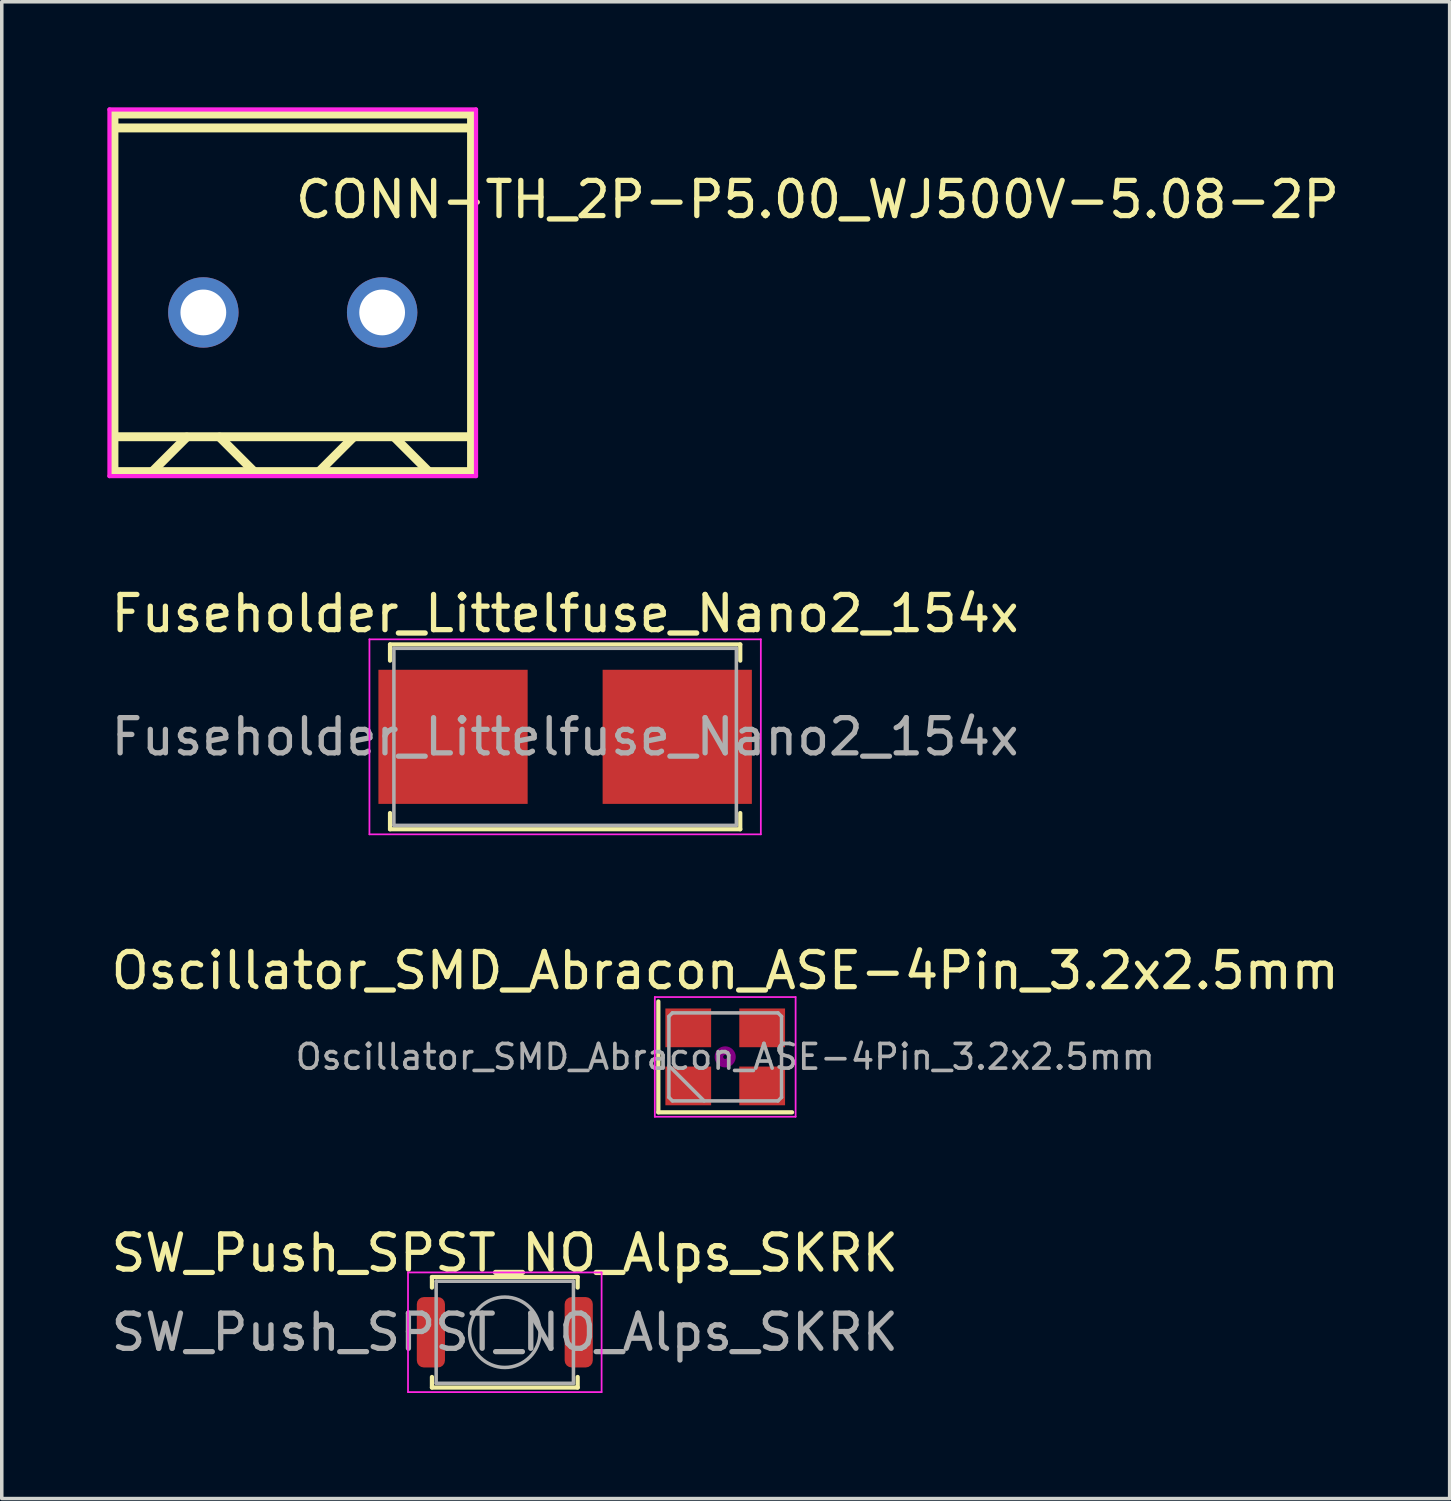
<source format=kicad_pcb>
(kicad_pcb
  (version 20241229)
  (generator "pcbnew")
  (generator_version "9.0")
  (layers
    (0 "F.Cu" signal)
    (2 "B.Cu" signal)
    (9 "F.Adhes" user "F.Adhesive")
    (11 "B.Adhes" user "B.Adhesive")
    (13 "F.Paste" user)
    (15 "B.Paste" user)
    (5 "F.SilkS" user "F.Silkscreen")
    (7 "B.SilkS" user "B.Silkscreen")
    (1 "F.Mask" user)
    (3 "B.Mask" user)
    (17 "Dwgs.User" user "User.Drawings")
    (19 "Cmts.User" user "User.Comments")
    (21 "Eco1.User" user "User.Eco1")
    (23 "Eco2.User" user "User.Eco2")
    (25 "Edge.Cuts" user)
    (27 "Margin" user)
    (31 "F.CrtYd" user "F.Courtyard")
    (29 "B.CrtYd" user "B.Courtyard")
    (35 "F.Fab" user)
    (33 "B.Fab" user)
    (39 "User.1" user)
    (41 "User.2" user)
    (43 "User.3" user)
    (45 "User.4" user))
  (footprint "SW_Push_SPST_NO_Alps_SKRK"
    (layer "F.Cu")
    (at 11.292 34.801)
    (property "Reference" "SW_Push_SPST_NO_Alps_SKRK" (at 0 -2.25 0) (layer "F.SilkS") (effects (font (size 1 1) (thickness 0.15))))
    (attr smd)
    (fp_line (start -2.07 -1.57) (end 2.07 -1.57) (stroke (width 0.12) (type solid)) (layer "F.SilkS"))
    (fp_line (start -2.07 -1.27) (end -2.07 -1.57) (stroke (width 0.12) (type solid)) (layer "F.SilkS"))
    (fp_line (start -2.07 1.57) (end -2.07 1.27) (stroke (width 0.12) (type solid)) (layer "F.SilkS"))
    (fp_line (start 2.07 -1.57) (end 2.07 -1.27) (stroke (width 0.12) (type solid)) (layer "F.SilkS"))
    (fp_line (start 2.07 1.27) (end 2.07 1.57) (stroke (width 0.12) (type solid)) (layer "F.SilkS"))
    (fp_line (start 2.07 1.57) (end -2.07 1.57) (stroke (width 0.12) (type solid)) (layer "F.SilkS"))
    (fp_line (start -2.75 -1.7) (end 2.75 -1.7) (stroke (width 0.05) (type solid)) (layer "F.CrtYd"))
    (fp_line (start -2.75 1.7) (end -2.75 -1.7) (stroke (width 0.05) (type solid)) (layer "F.CrtYd"))
    (fp_line (start 2.75 -1.7) (end 2.75 1.7) (stroke (width 0.05) (type solid)) (layer "F.CrtYd"))
    (fp_line (start 2.75 1.7) (end -2.75 1.7) (stroke (width 0.05) (type solid)) (layer "F.CrtYd"))
    (fp_line (start -1.95 -1.45) (end 1.95 -1.45) (stroke (width 0.1) (type solid)) (layer "F.Fab"))
    (fp_line (start -1.95 1.45) (end -1.95 -1.45) (stroke (width 0.1) (type solid)) (layer "F.Fab"))
    (fp_line (start 1.95 -1.45) (end 1.95 1.45) (stroke (width 0.1) (type solid)) (layer "F.Fab"))
    (fp_line (start 1.95 1.45) (end -1.95 1.45) (stroke (width 0.1) (type solid)) (layer "F.Fab"))
    (fp_circle (center 0 0) (end 1 0) (stroke (width 0.1) (type solid)) (fill no) (layer "F.Fab"))
    (fp_text user "${REFERENCE}" (at 0 0 0) (layer "F.Fab") (effects (font (size 1 1) (thickness 0.15))))
    (pad "1" smd roundrect (at -2.1 0) (size 0.8 2) (layers "F.Cu" "F.Mask" "F.Paste") (roundrect_rratio 0.25))
    (pad "2" smd roundrect (at 2.1 0) (size 0.8 2) (layers "F.Cu" "F.Mask" "F.Paste") (roundrect_rratio 0.25)))
  (footprint "Oscillator_SMD_Abracon_ASE-4Pin_3.2x2.5mm"
    (layer "F.Cu")
    (at 17.554 26.977)
    (property "Reference" "Oscillator_SMD_Abracon_ASE-4Pin_3.2x2.5mm" (at 0 -2.45 0) (layer "F.SilkS") (effects (font (size 1 1) (thickness 0.15))))
    (attr smd)
    (fp_line (start -1.9 -1.575) (end -1.9 1.575) (stroke (width 0.12) (type solid)) (layer "F.SilkS"))
    (fp_line (start -1.9 1.575) (end 1.9 1.575) (stroke (width 0.12) (type solid)) (layer "F.SilkS"))
    (fp_circle (center 0 0) (end 0.058 0) (stroke (width 0.117) (type solid)) (fill no) (layer "F.Adhes"))
    (fp_circle (center 0 0) (end 0.133 0) (stroke (width 0.083) (type solid)) (fill no) (layer "F.Adhes"))
    (fp_circle (center 0 0) (end 0.208 0) (stroke (width 0.083) (type solid)) (fill no) (layer "F.Adhes"))
    (fp_circle (center 0 0) (end 0.25 0) (stroke (width 0.1) (type solid)) (fill no) (layer "F.Adhes"))
    (fp_line (start -2 -1.7) (end -2 1.7) (stroke (width 0.05) (type solid)) (layer "F.CrtYd"))
    (fp_line (start -2 1.7) (end 2 1.7) (stroke (width 0.05) (type solid)) (layer "F.CrtYd"))
    (fp_line (start 2 -1.7) (end -2 -1.7) (stroke (width 0.05) (type solid)) (layer "F.CrtYd"))
    (fp_line (start 2 1.7) (end 2 -1.7) (stroke (width 0.05) (type solid)) (layer "F.CrtYd"))
    (fp_line (start -1.6 -1.15) (end -1.5 -1.25) (stroke (width 0.1) (type solid)) (layer "F.Fab"))
    (fp_line (start -1.6 0.25) (end -0.6 1.25) (stroke (width 0.1) (type solid)) (layer "F.Fab"))
    (fp_line (start -1.6 1.15) (end -1.6 -1.15) (stroke (width 0.1) (type solid)) (layer "F.Fab"))
    (fp_line (start -1.5 -1.25) (end 1.5 -1.25) (stroke (width 0.1) (type solid)) (layer "F.Fab"))
    (fp_line (start -1.5 1.25) (end -1.6 1.15) (stroke (width 0.1) (type solid)) (layer "F.Fab"))
    (fp_line (start 1.5 -1.25) (end 1.6 -1.15) (stroke (width 0.1) (type solid)) (layer "F.Fab"))
    (fp_line (start 1.5 1.25) (end -1.5 1.25) (stroke (width 0.1) (type solid)) (layer "F.Fab"))
    (fp_line (start 1.6 -1.15) (end 1.6 1.15) (stroke (width 0.1) (type solid)) (layer "F.Fab"))
    (fp_line (start 1.6 1.15) (end 1.5 1.25) (stroke (width 0.1) (type solid)) (layer "F.Fab"))
    (fp_text user "${REFERENCE}" (at 0 0 0) (layer "F.Fab") (effects (font (size 0.7 0.7) (thickness 0.105))))
    (pad "1" smd rect (at -1.05 0.825) (size 1.3 1.1) (layers "F.Cu" "F.Mask" "F.Paste"))
    (pad "2" smd rect (at 1.05 0.825) (size 1.3 1.1) (layers "F.Cu" "F.Mask" "F.Paste"))
    (pad "3" smd rect (at 1.05 -0.825) (size 1.3 1.1) (layers "F.Cu" "F.Mask" "F.Paste"))
    (pad "4" smd rect (at -1.05 -0.825) (size 1.3 1.1) (layers "F.Cu" "F.Mask" "F.Paste")))
  (footprint "Fuseholder_Littelfuse_Nano2_154x"
    (layer "F.Cu")
    (at 13.006 17.884)
    (property "Reference" "Fuseholder_Littelfuse_Nano2_154x" (at 0 -3.5 0) (unlocked yes) (layer "F.SilkS") (effects (font (size 1 1) (thickness 0.15))))
    (attr smd)
    (fp_line (start -4.975 -2.625) (end -4.975 -2.165) (stroke (width 0.12) (type solid)) (layer "F.SilkS"))
    (fp_line (start -4.975 -2.625) (end 4.975 -2.625) (stroke (width 0.12) (type solid)) (layer "F.SilkS"))
    (fp_line (start -4.975 2.165) (end -4.975 2.625) (stroke (width 0.12) (type solid)) (layer "F.SilkS"))
    (fp_line (start -4.975 2.625) (end 4.975 2.625) (stroke (width 0.12) (type solid)) (layer "F.SilkS"))
    (fp_line (start 4.975 -2.625) (end 4.975 -2.165) (stroke (width 0.12) (type solid)) (layer "F.SilkS"))
    (fp_line (start 4.975 2.625) (end 4.975 2.165) (stroke (width 0.12) (type solid)) (layer "F.SilkS"))
    (fp_line (start -5.56 -2.77) (end -5.56 2.77) (stroke (width 0.05) (type solid)) (layer "F.CrtYd"))
    (fp_line (start -5.56 -2.77) (end 5.56 -2.77) (stroke (width 0.05) (type solid)) (layer "F.CrtYd"))
    (fp_line (start -5.56 2.77) (end 5.56 2.77) (stroke (width 0.05) (type solid)) (layer "F.CrtYd"))
    (fp_line (start 5.56 -2.77) (end 5.56 2.77) (stroke (width 0.05) (type solid)) (layer "F.CrtYd"))
    (fp_line (start -4.865 -2.515) (end -4.865 2.515) (stroke (width 0.1) (type solid)) (layer "F.Fab"))
    (fp_line (start -4.865 -2.515) (end 4.865 -2.515) (stroke (width 0.1) (type solid)) (layer "F.Fab"))
    (fp_line (start -4.865 2.515) (end 4.865 2.515) (stroke (width 0.1) (type solid)) (layer "F.Fab"))
    (fp_line (start 4.865 2.515) (end 4.865 -2.515) (stroke (width 0.1) (type solid)) (layer "F.Fab"))
    (fp_text user "${REFERENCE}" (at 0 0 0) (layer "F.Fab") (effects (font (size 1 1) (thickness 0.15))))
    (pad "1" smd rect (at -3.185 0) (size 4.24 3.81) (layers "F.Cu" "F.Mask" "F.Paste"))
    (pad "2" smd rect (at 3.185 0) (size 4.24 3.81) (layers "F.Cu" "F.Mask" "F.Paste")))
  (footprint "CONN-TH_2P-P5.00_WJ500V-5.08-2P"
    (layer "F.Cu")
    (at 5.267 5.827)
    (property "Reference" "CONN-TH_2P-P5.00_WJ500V-5.08-2P" (at 0 -3.207 0) (layer "F.SilkS") (effects (font (size 1 1) (thickness 0.15)) (justify left)))
    (attr through_hole)
    (fp_line (start -5.08 4.52) (end -5.08 -5.64) (stroke (width 0.254) (type solid)) (layer "F.SilkS"))
    (fp_line (start -3.01 3.54) (end -3.97 4.5) (stroke (width 0.254) (type solid)) (layer "F.SilkS"))
    (fp_line (start -2.08 3.54) (end -1.12 4.5) (stroke (width 0.254) (type solid)) (layer "F.SilkS"))
    (fp_line (start 1.71 3.558) (end 0.75 4.518) (stroke (width 0.254) (type solid)) (layer "F.SilkS"))
    (fp_line (start 2.9 3.558) (end 3.86 4.518) (stroke (width 0.254) (type solid)) (layer "F.SilkS"))
    (fp_line (start 5.08 -5.638) (end -5.054 -5.638) (stroke (width 0.254) (type solid)) (layer "F.SilkS"))
    (fp_line (start 5.08 -5.243) (end -5.065 -5.243) (stroke (width 0.254) (type solid)) (layer "F.SilkS"))
    (fp_line (start 5.08 3.531) (end -5.036 3.531) (stroke (width 0.254) (type solid)) (layer "F.SilkS"))
    (fp_line (start 5.08 4.522) (end -5.054 4.522) (stroke (width 0.254) (type solid)) (layer "F.SilkS"))
    (fp_line (start 5.08 4.522) (end 5.08 -5.638) (stroke (width 0.254) (type solid)) (layer "F.SilkS"))
    (fp_circle (center -5.207 4.649) (end -5.177 4.649) (stroke (width 0.06) (type solid)) (fill no) (layer "Eco2.User"))
    (fp_circle (center -2.54 0) (end -2.265 0) (stroke (width 0.55) (type solid)) (fill no) (layer "Eco2.User"))
    (fp_circle (center 2.54 0) (end 2.815 0) (stroke (width 0.55) (type solid)) (fill no) (layer "Eco2.User"))
    (fp_line (start -5.207 -5.767) (end 5.207 -5.767) (stroke (width 0.12) (type solid)) (layer "F.CrtYd"))
    (fp_line (start -5.207 4.649) (end -5.207 -5.767) (stroke (width 0.12) (type solid)) (layer "F.CrtYd"))
    (fp_line (start 5.207 -5.767) (end 5.207 4.649) (stroke (width 0.12) (type solid)) (layer "F.CrtYd"))
    (fp_line (start 5.207 4.649) (end -5.207 4.649) (stroke (width 0.12) (type solid)) (layer "F.CrtYd"))
    (pad "1" thru_hole circle (at -2.54 0 180) (size 2 2) (drill 1.3) (layers "*.Cu" "*.Mask"))
    (pad "2" thru_hole circle (at 2.54 0 180) (size 2 2) (drill 1.3) (layers "*.Cu" "*.Mask")))
  (gr_rect
    (start -3 -3)
    (end 38.136 39.526)
    (stroke (width 0.1) (type default))
    (fill no)
    (layer "Edge.Cuts")))
</source>
